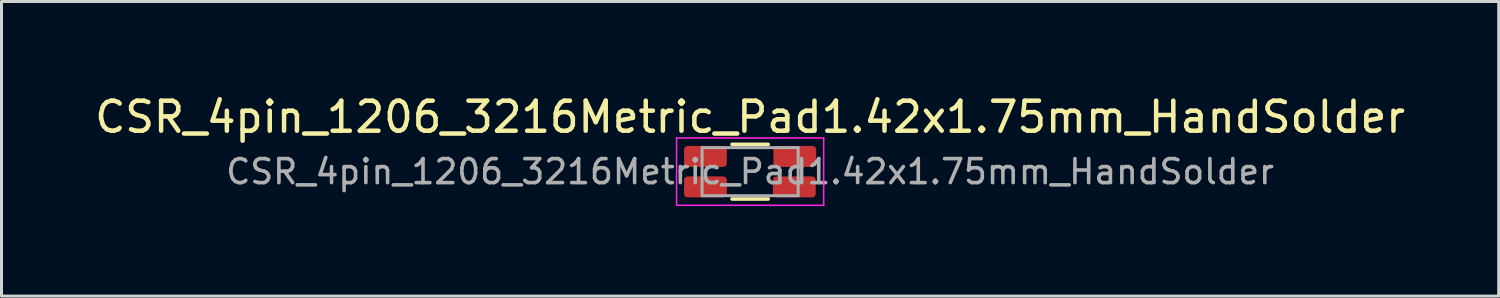
<source format=kicad_pcb>
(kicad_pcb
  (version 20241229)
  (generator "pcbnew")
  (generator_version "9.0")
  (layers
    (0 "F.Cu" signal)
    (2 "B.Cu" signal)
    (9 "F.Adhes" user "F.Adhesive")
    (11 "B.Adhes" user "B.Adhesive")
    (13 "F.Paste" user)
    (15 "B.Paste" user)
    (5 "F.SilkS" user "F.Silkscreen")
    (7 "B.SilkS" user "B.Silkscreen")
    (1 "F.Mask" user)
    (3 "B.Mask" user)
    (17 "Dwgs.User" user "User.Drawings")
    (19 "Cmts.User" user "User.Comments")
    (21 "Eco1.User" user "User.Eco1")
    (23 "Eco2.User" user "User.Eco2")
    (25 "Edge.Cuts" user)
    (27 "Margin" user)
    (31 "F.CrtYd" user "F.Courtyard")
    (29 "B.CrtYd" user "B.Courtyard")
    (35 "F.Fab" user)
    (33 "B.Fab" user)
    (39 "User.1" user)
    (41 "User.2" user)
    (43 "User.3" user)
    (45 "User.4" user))
  (footprint "CSR_4pin_1206_3216Metric_Pad1.42x1.75mm_HandSolder"
    (layer "F.Cu")
    (at 21.935 2.668)
    (property "Reference" "CSR_4pin_1206_3216Metric_Pad1.42x1.75mm_HandSolder" (at 0 -1.82 0) (layer "F.SilkS") (effects (font (size 1 1) (thickness 0.15))))
    (attr smd)
    (fp_line (start -0.602 -0.91) (end 0.602 -0.91) (stroke (width 0.12) (type solid)) (layer "F.SilkS"))
    (fp_line (start -0.602 0.91) (end 0.602 0.91) (stroke (width 0.12) (type solid)) (layer "F.SilkS"))
    (fp_line (start -2.45 -1.12) (end 2.45 -1.12) (stroke (width 0.05) (type solid)) (layer "F.CrtYd"))
    (fp_line (start -2.45 1.12) (end -2.45 -1.12) (stroke (width 0.05) (type solid)) (layer "F.CrtYd"))
    (fp_line (start 2.45 -1.12) (end 2.45 1.12) (stroke (width 0.05) (type solid)) (layer "F.CrtYd"))
    (fp_line (start 2.45 1.12) (end -2.45 1.12) (stroke (width 0.05) (type solid)) (layer "F.CrtYd"))
    (fp_line (start -1.6 -0.8) (end 1.6 -0.8) (stroke (width 0.1) (type solid)) (layer "F.Fab"))
    (fp_line (start -1.6 0.8) (end -1.6 -0.8) (stroke (width 0.1) (type solid)) (layer "F.Fab"))
    (fp_line (start 1.6 -0.8) (end 1.6 0.8) (stroke (width 0.1) (type solid)) (layer "F.Fab"))
    (fp_line (start 1.6 0.8) (end -1.6 0.8) (stroke (width 0.1) (type solid)) (layer "F.Fab"))
    (fp_text user "${REFERENCE}" (at 0 0 0) (layer "F.Fab") (effects (font (size 0.8 0.8) (thickness 0.12))))
    (pad "1" smd roundrect (at -1.488 -0.508) (size 1.425 0.7) (layers "F.Cu" "F.Mask" "F.Paste") (roundrect_rratio 0.175))
    (pad "2" smd roundrect (at -1.488 0.508) (size 1.425 0.7) (layers "F.Cu" "F.Mask" "F.Paste") (roundrect_rratio 0.175))
    (pad "3" smd roundrect (at 1.488 -0.508) (size 1.425 0.7) (layers "F.Cu" "F.Mask" "F.Paste") (roundrect_rratio 0.175))
    (pad "4" smd roundrect (at 1.473 0.508) (size 1.425 0.7) (layers "F.Cu" "F.Mask" "F.Paste") (roundrect_rratio 0.175)))
  (gr_rect
    (start -3 -3)
    (end 46.869 6.813)
    (stroke (width 0.1) (type default))
    (fill no)
    (layer "Edge.Cuts")))
</source>
